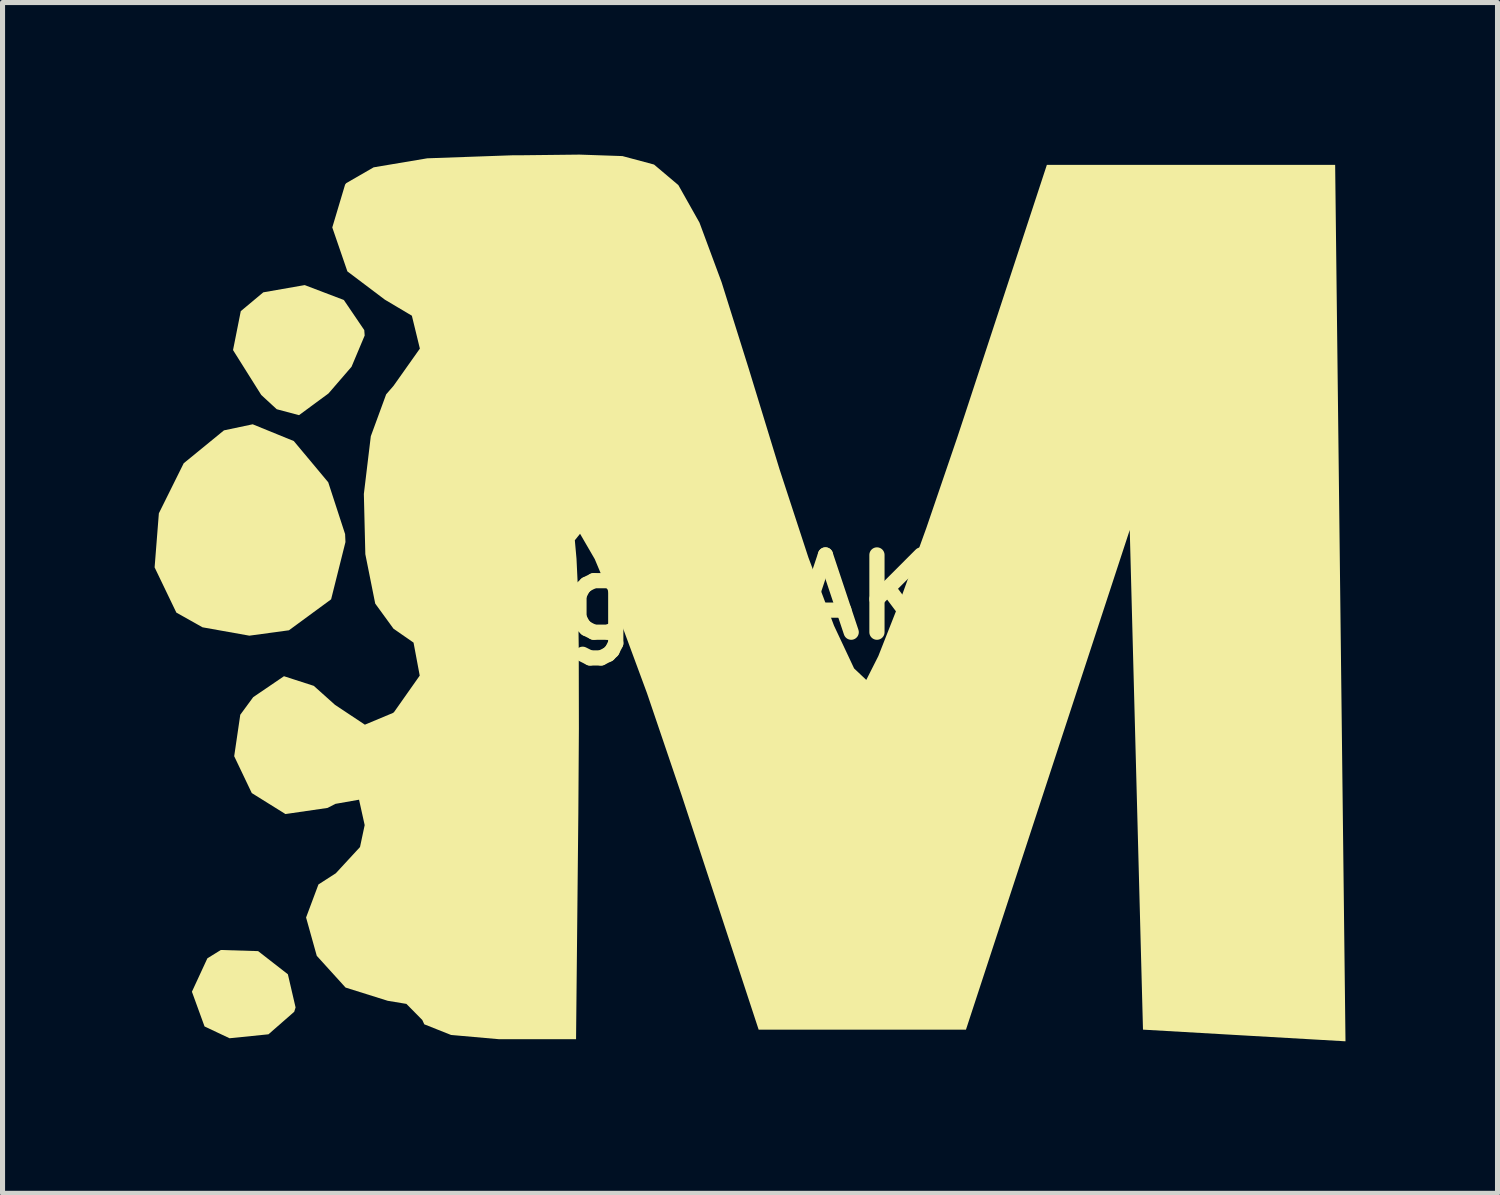
<source format=kicad_pcb>
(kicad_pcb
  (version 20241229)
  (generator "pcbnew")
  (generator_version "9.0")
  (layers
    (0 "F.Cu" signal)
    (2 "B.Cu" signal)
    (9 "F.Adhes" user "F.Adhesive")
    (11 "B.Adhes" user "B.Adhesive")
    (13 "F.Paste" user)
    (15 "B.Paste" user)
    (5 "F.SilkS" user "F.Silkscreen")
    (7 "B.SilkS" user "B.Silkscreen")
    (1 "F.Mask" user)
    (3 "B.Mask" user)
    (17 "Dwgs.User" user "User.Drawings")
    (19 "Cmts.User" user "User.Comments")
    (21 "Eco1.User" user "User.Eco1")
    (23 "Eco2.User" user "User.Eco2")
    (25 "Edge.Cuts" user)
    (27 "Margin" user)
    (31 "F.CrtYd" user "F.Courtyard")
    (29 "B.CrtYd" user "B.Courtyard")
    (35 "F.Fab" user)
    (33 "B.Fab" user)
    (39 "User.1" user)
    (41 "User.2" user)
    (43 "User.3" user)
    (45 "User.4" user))
  (footprint "logoMAKE"
    (layer "F.Cu")
    (at 11.347 8.732)
    (property "Reference" "logoMAKE" (at 0 0 0) (layer "F.SilkS") (effects (font (size 1.524 1.524) (thickness 0.3))))
    (attr board_only exclude_from_pos_files exclude_from_bom)
    (fp_poly (pts (xy -9.305 6.981) (xy -8.718 7.438) (xy -8.566 8.092) (xy -8.593 8.178) (xy -9.101 8.622) (xy -9.869 8.7) (xy -10.362 8.467) (xy -10.611 7.782) (xy -10.306 7.123) (xy -10.041 6.959)) (stroke (width 0) (type solid)) (fill yes) (layer "F.SilkS"))
    (fp_poly (pts (xy -7.614 -5.864) (xy -7.211 -5.27) (xy -7.203 -5.163) (xy -7.462 -4.547) (xy -7.916 -4.021) (xy -8.498 -3.592) (xy -8.938 -3.709) (xy -9.243 -3.99) (xy -9.8 -4.876) (xy -9.647 -5.644) (xy -9.203 -6.015) (xy -8.386 -6.158)) (stroke (width 0) (type solid)) (fill yes) (layer "F.SilkS"))
    (fp_poly (pts (xy -8.601 -3.081) (xy -7.922 -2.268) (xy -7.589 -1.246) (xy -7.582 -1.089) (xy -7.865 0.041) (xy -8.697 0.652) (xy -9.478 0.758) (xy -10.402 0.593) (xy -10.918 0.303) (xy -11.347 -0.589) (xy -11.263 -1.656) (xy -10.773 -2.643) (xy -9.979 -3.292) (xy -9.412 -3.412)) (stroke (width 0) (type solid)) (fill yes) (layer "F.SilkS"))
    (fp_poly (pts (xy -2.118 -8.703) (xy -1.495 -8.536) (xy -1.015 -8.131) (xy -0.598 -7.39) (xy -0.162 -6.215) (xy 0.374 -4.508) (xy 0.98 -2.528) (xy 1.55 -0.786) (xy 2.056 0.561) (xy 2.452 1.404) (xy 2.691 1.63) (xy 2.695 1.626) (xy 2.93 1.161) (xy 3.341 0.116) (xy 3.877 -1.366) (xy 4.483 -3.14) (xy 4.641 -3.617) (xy 6.255 -8.53) (xy 11.942 -8.53) (xy 12.146 8.76) (xy 10.148 8.645) (xy 8.151 8.53) (xy 7.89 -1.327) (xy 6.274 3.601) (xy 4.659 8.53) (xy 0.569 8.53) (xy -0.948 3.912) (xy -1.634 1.891) (xy -2.216 0.316) (xy -2.664 -0.752) (xy -2.954 -1.252) (xy -3.057 -1.124) (xy -3.024 -0.758) (xy -2.996 -0.169) (xy -2.98 1.004) (xy -2.977 2.586) (xy -2.988 4.265) (xy -3.033 8.719) (xy -4.549 8.719) (xy -5.499 8.635) (xy -6.027 8.425) (xy -6.066 8.34) (xy -6.38 8.022) (xy -6.748 7.961) (xy -7.58 7.7) (xy -8.148 7.074) (xy -8.359 6.318) (xy -8.115 5.666) (xy -7.772 5.445) (xy -7.295 4.928) (xy -7.203 4.495) (xy -7.314 3.994) (xy -7.78 4.076) (xy -7.935 4.156) (xy -8.766 4.277) (xy -9.43 3.863) (xy -9.777 3.136) (xy -9.657 2.318) (xy -9.402 1.971) (xy -8.795 1.558) (xy -8.207 1.748) (xy -7.788 2.123) (xy -7.199 2.514) (xy -6.644 2.282) (xy -6.624 2.266) (xy -6.117 1.546) (xy -6.239 0.895) (xy -6.634 0.621) (xy -6.995 0.125) (xy -7.19 -0.849) (xy -7.219 -2.037) (xy -7.082 -3.176) (xy -6.779 -4.003) (xy -6.634 -4.17) (xy -6.114 -4.905) (xy -6.272 -5.554) (xy -6.804 -5.87) (xy -7.544 -6.428) (xy -7.842 -7.295) (xy -7.589 -8.141) (xy -7.567 -8.169) (xy -7.026 -8.481) (xy -5.968 -8.659) (xy -4.279 -8.719) (xy -4.116 -8.719) (xy -2.964 -8.732)) (stroke (width 0) (type solid)) (fill yes) (layer "F.SilkS")))
  (gr_rect
    (start -3 -3)
    (end 26.492 20.491)
    (stroke (width 0.1) (type default))
    (fill no)
    (layer "Edge.Cuts")))
</source>
